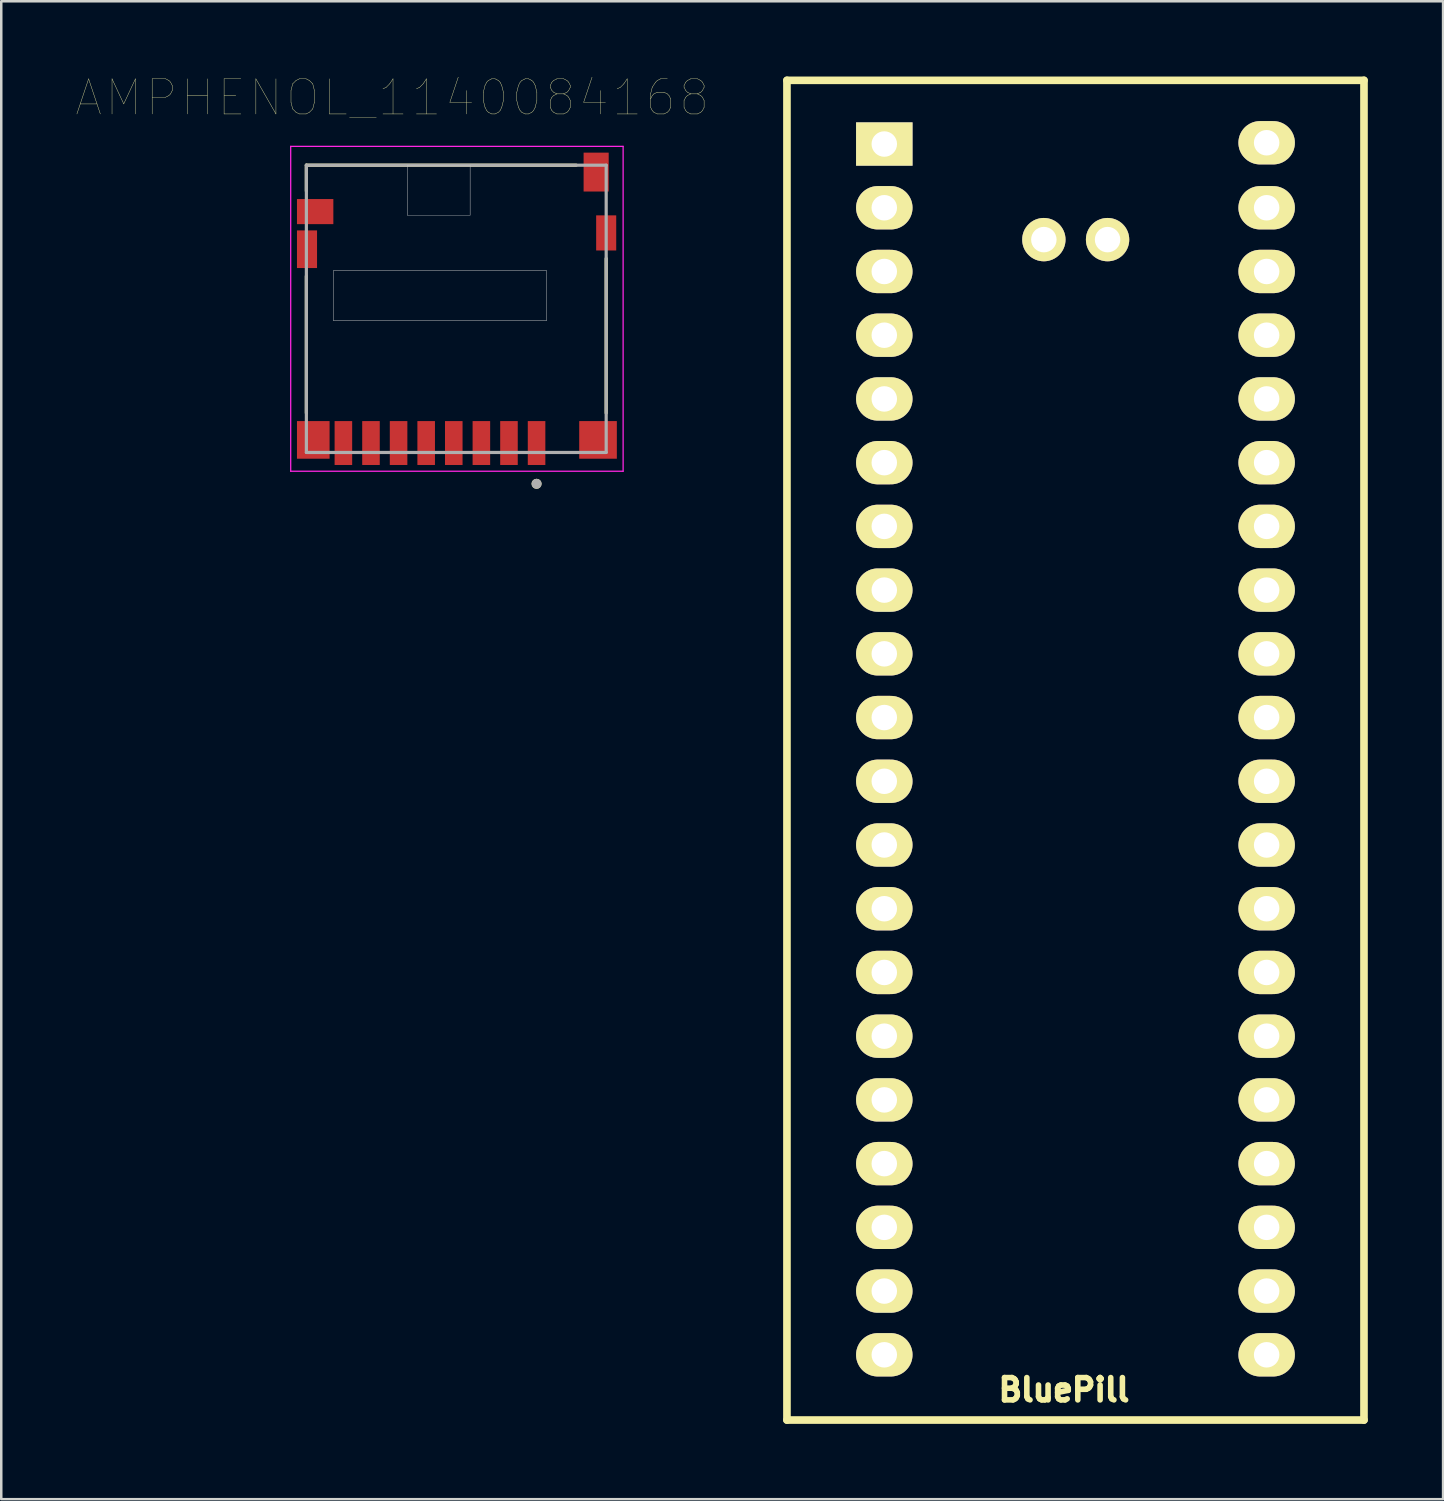
<source format=kicad_pcb>
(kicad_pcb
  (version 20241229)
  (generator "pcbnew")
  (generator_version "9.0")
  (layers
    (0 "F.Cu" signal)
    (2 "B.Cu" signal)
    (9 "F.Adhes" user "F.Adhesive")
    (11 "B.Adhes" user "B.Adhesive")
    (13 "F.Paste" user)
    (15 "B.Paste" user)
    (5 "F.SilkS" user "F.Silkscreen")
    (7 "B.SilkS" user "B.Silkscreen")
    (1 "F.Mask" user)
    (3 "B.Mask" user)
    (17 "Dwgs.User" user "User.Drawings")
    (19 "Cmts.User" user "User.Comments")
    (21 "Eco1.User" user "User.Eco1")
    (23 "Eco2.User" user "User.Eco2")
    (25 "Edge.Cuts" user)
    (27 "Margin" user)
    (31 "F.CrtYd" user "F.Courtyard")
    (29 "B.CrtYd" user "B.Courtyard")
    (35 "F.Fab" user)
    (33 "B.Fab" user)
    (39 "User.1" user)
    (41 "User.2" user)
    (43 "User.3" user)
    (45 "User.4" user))
  (footprint "AMPHENOL_1140084168"
    (layer "F.Cu")
    (at 15.137 13.734)
    (property "Reference" "AMPHENOL_1140084168" (at -2.555 -12.889 0) (layer "F.SilkS") (effects (font (size 1.4 1.4) (thickness 0.015))))
    (attr through_hole)
    (fp_line (start -5.975 -10.2) (end -5.975 -9.17) (stroke (width 0.127) (type solid)) (layer "F.SilkS"))
    (fp_line (start -5.975 -5.78) (end -5.975 -0.32) (stroke (width 0.127) (type solid)) (layer "F.SilkS"))
    (fp_line (start 4.78 -10.2) (end -5.975 -10.2) (stroke (width 0.127) (type solid)) (layer "F.SilkS"))
    (fp_line (start 5.975 -0.32) (end 5.975 -6.48) (stroke (width 0.127) (type solid)) (layer "F.SilkS"))
    (fp_circle (center 3.2 2.5) (end 3.3 2.5) (stroke (width 0.2) (type solid)) (fill no) (layer "F.SilkS"))
    (fp_poly (pts (xy -4.9 -6) (xy 3.6 -6) (xy 3.6 -4) (xy -4.9 -4)) (stroke (width 0.01) (type solid)) (fill no) (layer "Dwgs.User"))
    (fp_poly (pts (xy -4.9 -6) (xy 3.6 -6) (xy 3.6 -4) (xy -4.9 -4)) (stroke (width 0.01) (type solid)) (fill no) (layer "Dwgs.User"))
    (fp_poly (pts (xy -1.95 -10.2) (xy 0.55 -10.2) (xy 0.55 -8.2) (xy -1.95 -8.2)) (stroke (width 0.01) (type solid)) (fill no) (layer "Dwgs.User"))
    (fp_poly (pts (xy -1.95 -10.2) (xy 0.55 -10.2) (xy 0.55 -8.2) (xy -1.95 -8.2)) (stroke (width 0.01) (type solid)) (fill no) (layer "Dwgs.User"))
    (fp_line (start -6.6 -10.95) (end -6.6 2) (stroke (width 0.05) (type solid)) (layer "F.CrtYd"))
    (fp_line (start -6.6 2) (end 6.65 2) (stroke (width 0.05) (type solid)) (layer "F.CrtYd"))
    (fp_line (start 6.65 -10.95) (end -6.6 -10.95) (stroke (width 0.05) (type solid)) (layer "F.CrtYd"))
    (fp_line (start 6.65 2) (end 6.65 -10.95) (stroke (width 0.05) (type solid)) (layer "F.CrtYd"))
    (fp_line (start -5.975 -10.2) (end -5.975 1.25) (stroke (width 0.127) (type solid)) (layer "F.Fab"))
    (fp_line (start -5.975 1.25) (end 5.975 1.25) (stroke (width 0.127) (type solid)) (layer "F.Fab"))
    (fp_line (start 5.975 -10.2) (end -5.975 -10.2) (stroke (width 0.127) (type solid)) (layer "F.Fab"))
    (fp_line (start 5.975 1.25) (end 5.975 -10.2) (stroke (width 0.127) (type solid)) (layer "F.Fab"))
    (fp_circle (center 3.2 2.5) (end 3.3 2.5) (stroke (width 0.2) (type solid)) (fill no) (layer "F.Fab"))
    (pad "1" smd rect (at 3.2 0.875) (size 0.7 1.75) (layers "F.Cu" "F.Mask" "F.Paste"))
    (pad "2" smd rect (at 2.1 0.875) (size 0.7 1.75) (layers "F.Cu" "F.Mask" "F.Paste"))
    (pad "3" smd rect (at 1 0.875) (size 0.7 1.75) (layers "F.Cu" "F.Mask" "F.Paste"))
    (pad "4" smd rect (at -0.1 0.875) (size 0.7 1.75) (layers "F.Cu" "F.Mask" "F.Paste"))
    (pad "5" smd rect (at -1.2 0.875) (size 0.7 1.75) (layers "F.Cu" "F.Mask" "F.Paste"))
    (pad "6" smd rect (at -2.3 0.875) (size 0.7 1.75) (layers "F.Cu" "F.Mask" "F.Paste"))
    (pad "7" smd rect (at -3.4 0.875) (size 0.7 1.75) (layers "F.Cu" "F.Mask" "F.Paste"))
    (pad "8" smd rect (at -4.5 0.875) (size 0.7 1.75) (layers "F.Cu" "F.Mask" "F.Paste"))
    (pad "9" smd rect (at 5.575 -9.925) (size 1 1.55) (layers "F.Cu" "F.Mask" "F.Paste"))
    (pad "10" smd rect (at -5.625 -8.35) (size 1.45 1) (layers "F.Cu" "F.Mask" "F.Paste"))
    (pad "11" smd rect (at -5.95 -6.85) (size 0.8 1.5) (layers "F.Cu" "F.Mask" "F.Paste"))
    (pad "11" smd rect (at -5.7 0.75) (size 1.3 1.5) (layers "F.Cu" "F.Mask" "F.Paste"))
    (pad "11" smd rect (at 5.65 0.75) (size 1.5 1.5) (layers "F.Cu" "F.Mask" "F.Paste"))
    (pad "11" smd rect (at 5.975 -7.5) (size 0.8 1.4) (layers "F.Cu" "F.Mask" "F.Paste")))
  (footprint "BluePill"
    (layer "F.Cu")
    (at 32.197 2.742)
    (property "Reference" "BluePill" (at 7.163 49.606 180) (layer "F.SilkS") (effects (font (size 0.889 0.889) (thickness 0.305))))
    (attr through_hole)
    (fp_line (start -3.88 -2.59) (end 19.12 -2.59) (stroke (width 0.305) (type solid)) (layer "F.SilkS"))
    (fp_line (start -3.88 50.81) (end -3.88 -2.59) (stroke (width 0.305) (type solid)) (layer "F.SilkS"))
    (fp_line (start 19.12 -2.59) (end 19.12 50.81) (stroke (width 0.305) (type solid)) (layer "F.SilkS"))
    (fp_line (start 19.12 50.81) (end -3.88 50.81) (stroke (width 0.305) (type solid)) (layer "F.SilkS"))
    (pad "1" thru_hole rect (at 0 -0.051 270) (size 1.727 2.25) (drill 1.016) (layers "*.Cu" "*.Mask" "F.SilkS"))
    (pad "2" thru_hole oval (at 0 2.489 270) (size 1.727 2.25) (drill 1.016) (layers "*.Cu" "*.Mask" "F.SilkS"))
    (pad "3" thru_hole oval (at 0 5.029 270) (size 1.727 2.25) (drill 1.016) (layers "*.Cu" "*.Mask" "F.SilkS"))
    (pad "4" thru_hole oval (at 0 7.569 270) (size 1.727 2.25) (drill 1.016) (layers "*.Cu" "*.Mask" "F.SilkS"))
    (pad "5" thru_hole oval (at 0 10.109 270) (size 1.727 2.25) (drill 1.016) (layers "*.Cu" "*.Mask" "F.SilkS"))
    (pad "6" thru_hole oval (at 0 12.649 270) (size 1.727 2.25) (drill 1.016) (layers "*.Cu" "*.Mask" "F.SilkS"))
    (pad "7" thru_hole oval (at 0 15.189 270) (size 1.727 2.25) (drill 1.016) (layers "*.Cu" "*.Mask" "F.SilkS"))
    (pad "8" thru_hole oval (at 0 17.729 270) (size 1.727 2.25) (drill 1.016) (layers "*.Cu" "*.Mask" "F.SilkS"))
    (pad "9" thru_hole oval (at 0 20.269 270) (size 1.727 2.25) (drill 1.016) (layers "*.Cu" "*.Mask" "F.SilkS"))
    (pad "10" thru_hole oval (at 0 22.809 270) (size 1.727 2.25) (drill 1.016) (layers "*.Cu" "*.Mask" "F.SilkS"))
    (pad "11" thru_hole oval (at 0 25.349 270) (size 1.727 2.25) (drill 1.016) (layers "*.Cu" "*.Mask" "F.SilkS"))
    (pad "12" thru_hole oval (at 0 27.889 270) (size 1.727 2.25) (drill 1.016) (layers "*.Cu" "*.Mask" "F.SilkS"))
    (pad "13" thru_hole oval (at 0 30.429 270) (size 1.727 2.25) (drill 1.016) (layers "*.Cu" "*.Mask" "F.SilkS"))
    (pad "14" thru_hole oval (at 0 32.969 270) (size 1.727 2.25) (drill 1.016) (layers "*.Cu" "*.Mask" "F.SilkS"))
    (pad "15" thru_hole oval (at 0 35.509 270) (size 1.727 2.25) (drill 1.016) (layers "*.Cu" "*.Mask" "F.SilkS"))
    (pad "16" thru_hole oval (at 0 38.049 270) (size 1.727 2.25) (drill 1.016) (layers "*.Cu" "*.Mask" "F.SilkS"))
    (pad "17" thru_hole oval (at 0 40.589 270) (size 1.727 2.25) (drill 1.016) (layers "*.Cu" "*.Mask" "F.SilkS"))
    (pad "18" thru_hole oval (at 0 43.129 270) (size 1.727 2.25) (drill 1.016) (layers "*.Cu" "*.Mask" "F.SilkS"))
    (pad "19" thru_hole oval (at 0 45.669 270) (size 1.727 2.25) (drill 1.016) (layers "*.Cu" "*.Mask" "F.SilkS"))
    (pad "20" thru_hole oval (at 0 48.209 270) (size 1.727 2.25) (drill 1.016) (layers "*.Cu" "*.Mask" "F.SilkS"))
    (pad "21" thru_hole oval (at 15.24 48.209 90) (size 1.727 2.25) (drill 1.016) (layers "*.Cu" "*.Mask" "F.SilkS"))
    (pad "22" thru_hole oval (at 15.24 45.669 90) (size 1.727 2.25) (drill 1.016) (layers "*.Cu" "*.Mask" "F.SilkS"))
    (pad "23" thru_hole oval (at 15.24 43.129 90) (size 1.727 2.25) (drill 1.016) (layers "*.Cu" "*.Mask" "F.SilkS"))
    (pad "24" thru_hole oval (at 15.24 40.589 90) (size 1.727 2.25) (drill 1.016) (layers "*.Cu" "*.Mask" "F.SilkS"))
    (pad "25" thru_hole oval (at 15.24 38.049 90) (size 1.727 2.25) (drill 1.016) (layers "*.Cu" "*.Mask" "F.SilkS"))
    (pad "26" thru_hole oval (at 15.24 35.509 90) (size 1.727 2.25) (drill 1.016) (layers "*.Cu" "*.Mask" "F.SilkS"))
    (pad "27" thru_hole oval (at 15.24 32.969 90) (size 1.727 2.25) (drill 1.016) (layers "*.Cu" "*.Mask" "F.SilkS"))
    (pad "28" thru_hole oval (at 15.24 30.429 90) (size 1.727 2.25) (drill 1.016) (layers "*.Cu" "*.Mask" "F.SilkS"))
    (pad "29" thru_hole oval (at 15.24 27.889 90) (size 1.727 2.25) (drill 1.016) (layers "*.Cu" "*.Mask" "F.SilkS"))
    (pad "30" thru_hole oval (at 15.24 25.349 90) (size 1.727 2.25) (drill 1.016) (layers "*.Cu" "*.Mask" "F.SilkS"))
    (pad "31" thru_hole oval (at 15.24 22.809 90) (size 1.727 2.25) (drill 1.016) (layers "*.Cu" "*.Mask" "F.SilkS"))
    (pad "32" thru_hole oval (at 15.24 20.269 90) (size 1.727 2.25) (drill 1.016) (layers "*.Cu" "*.Mask" "F.SilkS"))
    (pad "33" thru_hole oval (at 15.24 17.729 90) (size 1.727 2.25) (drill 1.016) (layers "*.Cu" "*.Mask" "F.SilkS"))
    (pad "34" thru_hole oval (at 15.24 15.189 90) (size 1.727 2.25) (drill 1.016) (layers "*.Cu" "*.Mask" "F.SilkS"))
    (pad "35" thru_hole oval (at 15.24 12.649 90) (size 1.727 2.25) (drill 1.016) (layers "*.Cu" "*.Mask" "F.SilkS"))
    (pad "36" thru_hole oval (at 15.24 10.109 90) (size 1.727 2.25) (drill 1.016) (layers "*.Cu" "*.Mask" "F.SilkS"))
    (pad "37" thru_hole oval (at 15.24 7.569 90) (size 1.727 2.25) (drill 1.016) (layers "*.Cu" "*.Mask" "F.SilkS"))
    (pad "38" thru_hole oval (at 15.24 5.029 90) (size 1.727 2.25) (drill 1.016) (layers "*.Cu" "*.Mask" "F.SilkS"))
    (pad "39" thru_hole oval (at 15.24 2.489 90) (size 1.727 2.25) (drill 1.016) (layers "*.Cu" "*.Mask" "F.SilkS"))
    (pad "40" thru_hole oval (at 15.24 -0.102 90) (size 1.727 2.25) (drill 1.016) (layers "*.Cu" "*.Mask" "F.SilkS"))
    (pad "41" thru_hole oval (at 8.9 3.759 90) (size 1.727 1.727) (drill 1.016) (layers "*.Cu" "*.Mask" "F.SilkS"))
    (pad "42" thru_hole oval (at 6.36 3.759 90) (size 1.727 1.727) (drill 1.016) (layers "*.Cu" "*.Mask" "F.SilkS")))
  (gr_rect
    (start -3 -3)
    (end 54.47 56.705)
    (stroke (width 0.1) (type default))
    (fill no)
    (layer "Edge.Cuts")))
</source>
